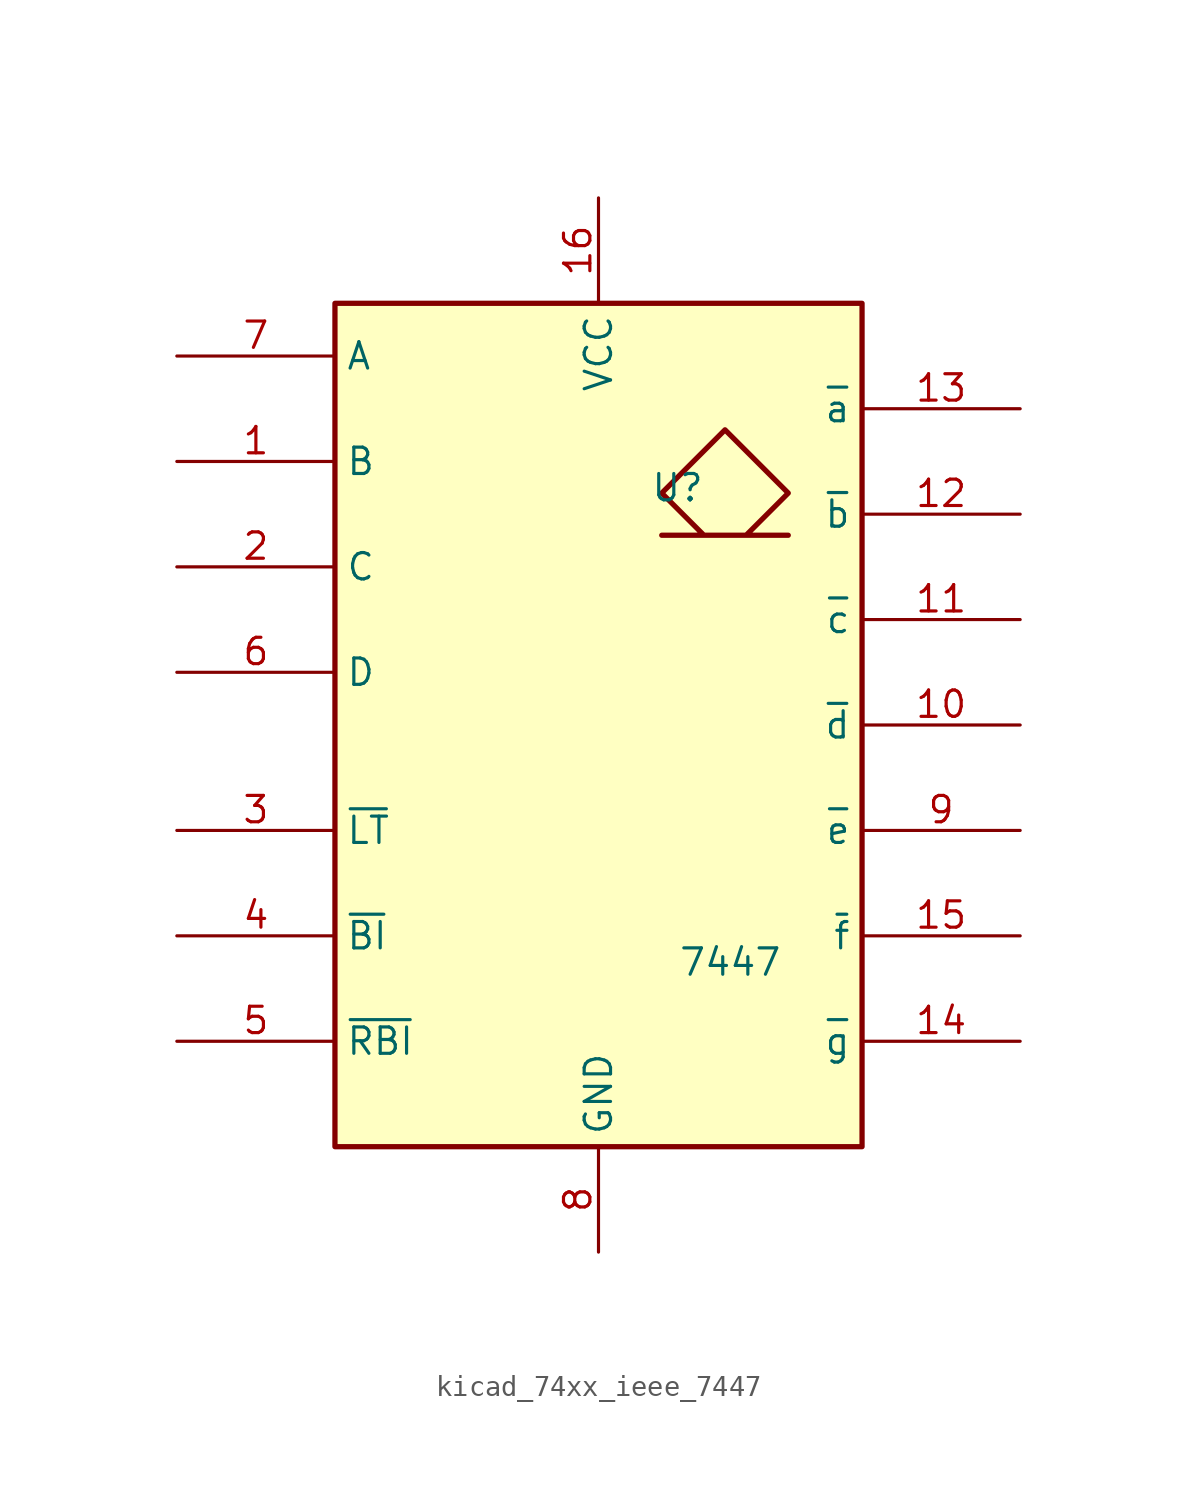
<source format=kicad_sym>
(kicad_symbol_lib
  (version 20220914)
  (generator kicad_symbol_editor)
  (symbol "kicad_74xx_ieee_7447"
    (property "Reference" "U"
      (at 3.81 11.43 0)
      (effects (font (size 1.27 1.27))))
    (property "Value" "7447"
      (at 6.35 -11.43 0)
      (effects (font (size 1.27 1.27))))
    (symbol "kicad_74xx_ieee_7447_0_0"
      (rectangle (start -12.7 20.32) (end 12.7 -20.32) (stroke (width 0.254) (type default)) (fill (type background)))
      (polyline (pts (xy 7.112 9.144) (xy 9.144 11.176) (xy 6.096 14.224) (xy 3.048 11.176) (xy 5.08 9.144) (xy 3.048 9.144) (xy 9.144 9.144) (xy 9.144 9.144)) (stroke (width 0.254) (type default)) (fill (type background)))
      (pin power_in line (at 0 25.4 270) (length 5.08) (name "VCC" (effects (font (size 1.27 1.27)))) (number "16" (effects (font (size 1.27 1.27)))))
      (pin power_in line (at 0 -25.4 90) (length 5.08) (name "GND" (effects (font (size 1.27 1.27)))) (number "8" (effects (font (size 1.27 1.27))))))
    (symbol "kicad_74xx_ieee_7447_1_1"
      (pin input line (at -20.32 12.7 0) (length 7.62) (name "B" (effects (font (size 1.27 1.27)))) (number "1" (effects (font (size 1.27 1.27)))))
      (pin open_collector line (at 20.32 0 180) (length 7.62) (name "~{d}" (effects (font (size 1.27 1.27)))) (number "10" (effects (font (size 1.27 1.27)))))
      (pin open_collector line (at 20.32 5.08 180) (length 7.62) (name "~{c}" (effects (font (size 1.27 1.27)))) (number "11" (effects (font (size 1.27 1.27)))))
      (pin open_collector line (at 20.32 10.16 180) (length 7.62) (name "~{b}" (effects (font (size 1.27 1.27)))) (number "12" (effects (font (size 1.27 1.27)))))
      (pin open_collector line (at 20.32 15.24 180) (length 7.62) (name "~{a}" (effects (font (size 1.27 1.27)))) (number "13" (effects (font (size 1.27 1.27)))))
      (pin open_collector line (at 20.32 -15.24 180) (length 7.62) (name "~{g}" (effects (font (size 1.27 1.27)))) (number "14" (effects (font (size 1.27 1.27)))))
      (pin open_collector line (at 20.32 -10.16 180) (length 7.62) (name "~{f}" (effects (font (size 1.27 1.27)))) (number "15" (effects (font (size 1.27 1.27)))))
      (pin input line (at -20.32 7.62 0) (length 7.62) (name "C" (effects (font (size 1.27 1.27)))) (number "2" (effects (font (size 1.27 1.27)))))
      (pin input line (at -20.32 -5.08 0) (length 7.62) (name "~{LT}" (effects (font (size 1.27 1.27)))) (number "3" (effects (font (size 1.27 1.27)))))
      (pin input line (at -20.32 -10.16 0) (length 7.62) (name "~{BI}" (effects (font (size 1.27 1.27)))) (number "4" (effects (font (size 1.27 1.27)))))
      (pin input line (at -20.32 -15.24 0) (length 7.62) (name "~{RBI}" (effects (font (size 1.27 1.27)))) (number "5" (effects (font (size 1.27 1.27)))))
      (pin input line (at -20.32 2.54 0) (length 7.62) (name "D" (effects (font (size 1.27 1.27)))) (number "6" (effects (font (size 1.27 1.27)))))
      (pin input line (at -20.32 17.78 0) (length 7.62) (name "A" (effects (font (size 1.27 1.27)))) (number "7" (effects (font (size 1.27 1.27)))))
      (pin open_collector line (at 20.32 -5.08 180) (length 7.62) (name "~{e}" (effects (font (size 1.27 1.27)))) (number "9" (effects (font (size 1.27 1.27))))))))
</source>
